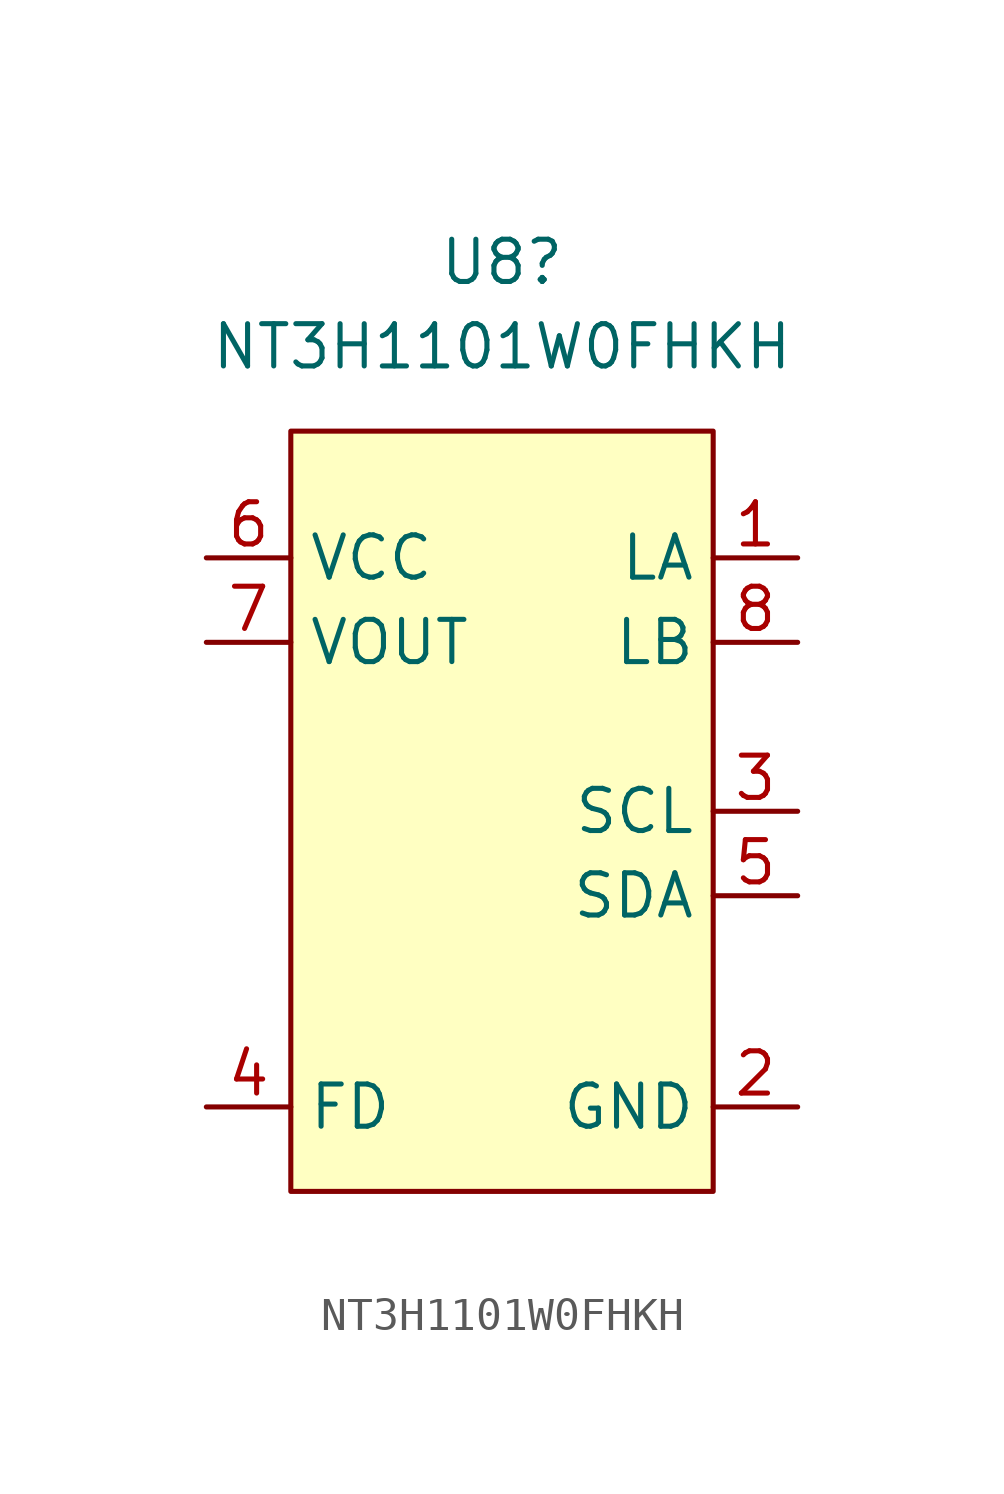
<source format=kicad_sym>
(kicad_symbol_lib
  (version 20211014)
  (generator kicad_symbol_editor)
  (symbol "NT3H1101W0FHKH"
    (property "Reference" "U8"
      (at 0 16.51 0)
      (effects (font (size 1.27 1.27))))
    (property "Value" "NT3H1101W0FHKH"
      (at 0 13.97 0)
      (effects (font (size 1.27 1.27))))
    (symbol "NT3H1101W0FHKH_0_1"
      (rectangle (start -6.35 11.43) (end 6.35 -11.43) (stroke (width 0) (type default) (color 0 0 0 0)) (fill (type background))))
    (symbol "NT3H1101W0FHKH_1_1"
      (pin input line (at 8.89 7.62 180) (length 2.54) (name "LA" (effects (font (size 1.27 1.27)))) (number "1" (effects (font (size 1.27 1.27)))))
      (pin input line (at 8.89 -8.89 180) (length 2.54) (name "GND" (effects (font (size 1.27 1.27)))) (number "2" (effects (font (size 1.27 1.27)))))
      (pin input line (at 8.89 0 180) (length 2.54) (name "SCL" (effects (font (size 1.27 1.27)))) (number "3" (effects (font (size 1.27 1.27)))))
      (pin input line (at -8.89 -8.89 0) (length 2.54) (name "FD" (effects (font (size 1.27 1.27)))) (number "4" (effects (font (size 1.27 1.27)))))
      (pin input line (at 8.89 -2.54 180) (length 2.54) (name "SDA" (effects (font (size 1.27 1.27)))) (number "5" (effects (font (size 1.27 1.27)))))
      (pin input line (at -8.89 7.62 0) (length 2.54) (name "VCC" (effects (font (size 1.27 1.27)))) (number "6" (effects (font (size 1.27 1.27)))))
      (pin input line (at -8.89 5.08 0) (length 2.54) (name "VOUT" (effects (font (size 1.27 1.27)))) (number "7" (effects (font (size 1.27 1.27)))))
      (pin input line (at 8.89 5.08 180) (length 2.54) (name "LB" (effects (font (size 1.27 1.27)))) (number "8" (effects (font (size 1.27 1.27))))))))
</source>
